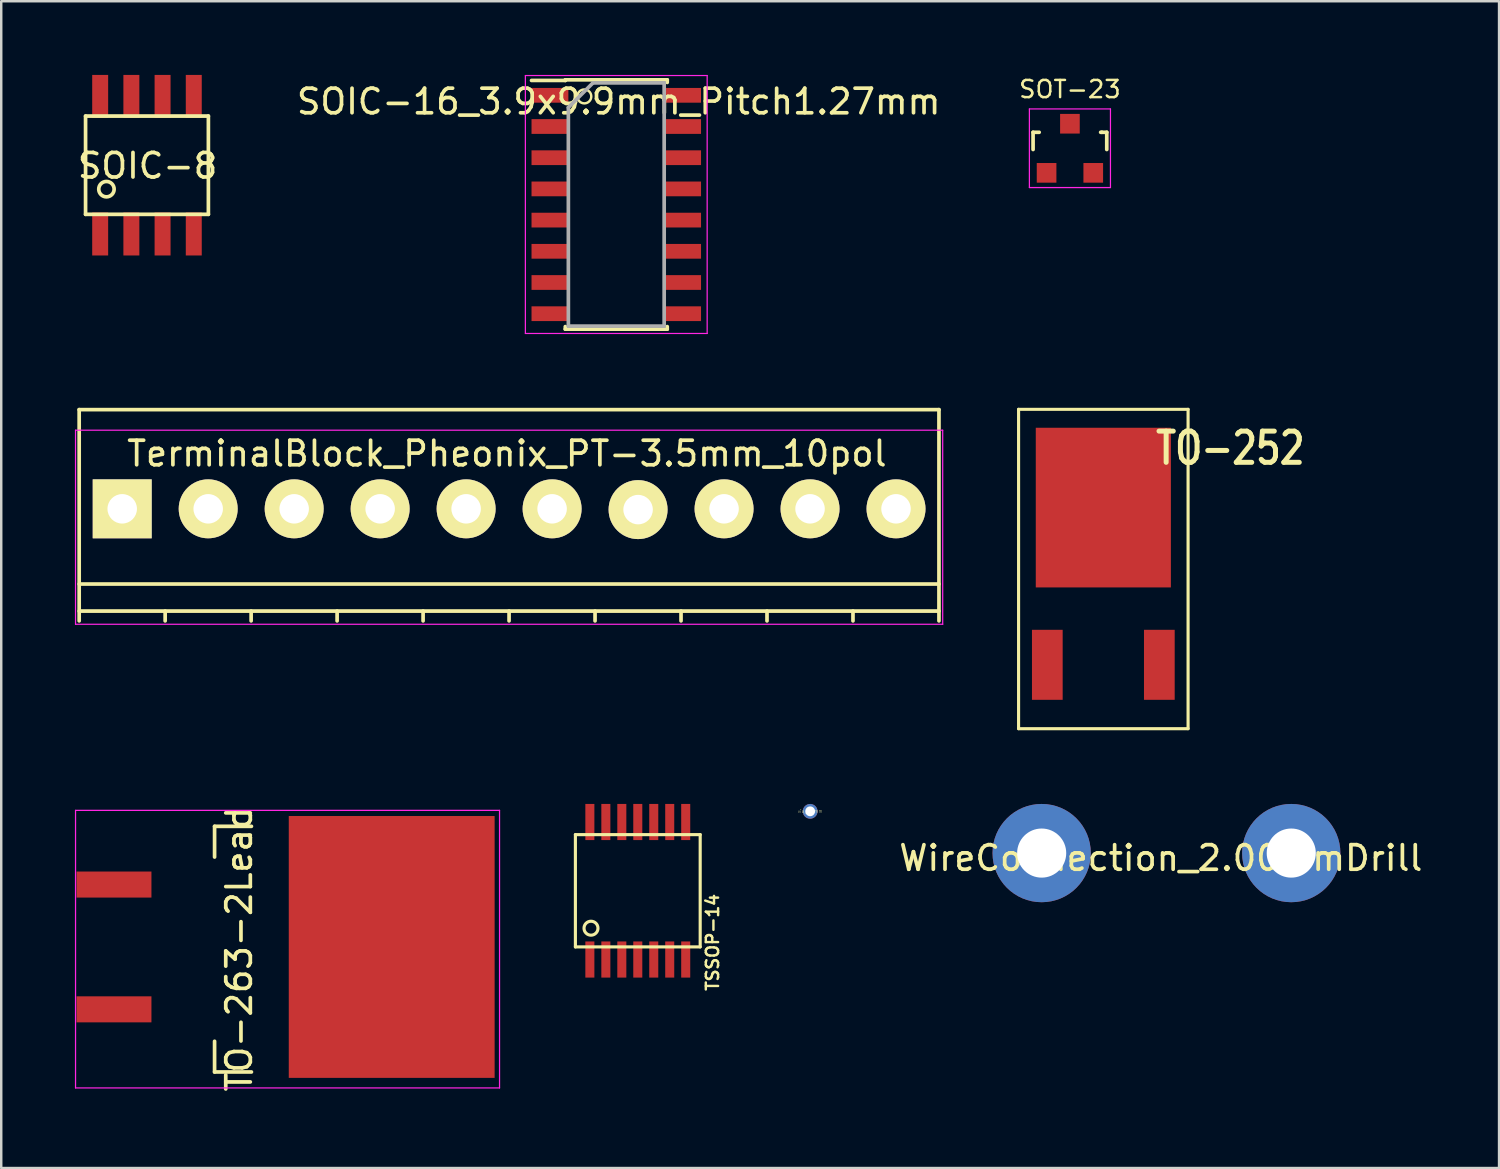
<source format=kicad_pcb>
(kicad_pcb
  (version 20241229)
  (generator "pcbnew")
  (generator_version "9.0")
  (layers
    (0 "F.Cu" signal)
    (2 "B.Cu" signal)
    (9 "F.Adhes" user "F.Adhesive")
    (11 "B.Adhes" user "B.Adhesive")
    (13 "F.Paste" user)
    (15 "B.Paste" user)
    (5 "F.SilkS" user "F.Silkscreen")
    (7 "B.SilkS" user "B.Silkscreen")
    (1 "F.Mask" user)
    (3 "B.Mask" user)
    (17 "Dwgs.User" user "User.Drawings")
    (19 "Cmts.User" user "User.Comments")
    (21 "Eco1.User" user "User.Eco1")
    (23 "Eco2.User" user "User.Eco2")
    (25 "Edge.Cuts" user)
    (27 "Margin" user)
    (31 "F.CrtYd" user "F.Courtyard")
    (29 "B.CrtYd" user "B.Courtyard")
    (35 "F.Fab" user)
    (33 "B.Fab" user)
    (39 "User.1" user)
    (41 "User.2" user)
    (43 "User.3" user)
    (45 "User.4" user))
  (footprint "TO-263-2Lead"
    (layer "F.Cu")
    (at 8.575 35.498)
    (property "Reference" "TO-263-2Lead" (at -1.89 0.09 90) (layer "F.SilkS") (effects (font (size 1 1) (thickness 0.15))))
    (attr smd)
    (fp_line (start -2.89 -4.91) (end -2.89 -3.66) (stroke (width 0.15) (type solid)) (layer "F.SilkS"))
    (fp_line (start -2.89 -4.91) (end -1.39 -4.91) (stroke (width 0.15) (type solid)) (layer "F.SilkS"))
    (fp_line (start -2.89 5.09) (end -2.89 3.84) (stroke (width 0.15) (type solid)) (layer "F.SilkS"))
    (fp_line (start -2.89 5.09) (end -1.39 5.09) (stroke (width 0.15) (type solid)) (layer "F.SilkS"))
    (fp_line (start -8.55 -5.56) (end -8.55 5.74) (stroke (width 0.05) (type solid)) (layer "F.CrtYd"))
    (fp_line (start 8.71 -5.56) (end -8.55 -5.56) (stroke (width 0.05) (type solid)) (layer "F.CrtYd"))
    (fp_line (start 8.71 -5.56) (end 8.71 5.74) (stroke (width 0.05) (type solid)) (layer "F.CrtYd"))
    (fp_line (start 8.71 5.74) (end -8.55 5.74) (stroke (width 0.05) (type solid)) (layer "F.CrtYd"))
    (pad "1" smd rect (at -6.985 -2.54) (size 3.05 1.06) (layers "F.Cu" "F.Mask" "F.Paste"))
    (pad "3" smd rect (at -6.985 2.54) (size 3.05 1.06) (layers "F.Cu" "F.Mask" "F.Paste"))
    (pad "4" smd rect (at 4.32 0) (size 8.38 10.66) (layers "F.Cu" "F.Mask" "F.Paste")))
  (footprint "TO-252"
    (layer "F.Cu")
    (at 41.864 19.613)
    (property "Reference" "TO-252" (at 5.17 -4.42 0) (layer "F.SilkS") (effects (font (size 1.27 1.016) (thickness 0.203))))
    (attr smd)
    (fp_line (start -3.45 -6) (end -3.45 7) (stroke (width 0.127) (type solid)) (layer "F.SilkS"))
    (fp_line (start -3.45 -6) (end 3.45 -6) (stroke (width 0.127) (type solid)) (layer "F.SilkS"))
    (fp_line (start 3.45 -6) (end 3.45 7) (stroke (width 0.127) (type solid)) (layer "F.SilkS"))
    (fp_line (start 3.45 7) (end -3.45 7) (stroke (width 0.127) (type solid)) (layer "F.SilkS"))
    (pad "1" smd rect (at -2.28 4.4) (size 1.25 2.85) (layers "F.Cu" "F.Mask" "F.Paste"))
    (pad "2" smd rect (at 0 -2) (size 5.5 6.5) (layers "F.Cu" "F.Mask" "F.Paste"))
    (pad "3" smd rect (at 2.28 4.4) (size 1.25 2.85) (layers "F.Cu" "F.Mask" "F.Paste")))
  (footprint "TSSOP-14"
    (layer "F.Cu")
    (at 22.913 33.211)
    (property "Reference" "TSSOP-14" (at 3.043 2.101 90) (layer "F.SilkS") (effects (font (size 0.5 0.5) (thickness 0.099))))
    (attr smd)
    (fp_line (start -2.54 -2.286) (end -2.54 2.286) (stroke (width 0.127) (type solid)) (layer "F.SilkS"))
    (fp_line (start -2.54 2.286) (end 2.54 2.286) (stroke (width 0.127) (type solid)) (layer "F.SilkS"))
    (fp_line (start 2.54 -2.286) (end -2.54 -2.286) (stroke (width 0.127) (type solid)) (layer "F.SilkS"))
    (fp_line (start 2.54 2.286) (end 2.54 -2.286) (stroke (width 0.127) (type solid)) (layer "F.SilkS"))
    (fp_circle (center -1.905 1.524) (end -2.032 1.778) (stroke (width 0.127) (type solid)) (fill no) (layer "F.SilkS"))
    (pad "1" smd rect (at -1.951 2.799) (size 0.368 1.471) (layers "F.Cu" "F.Mask" "F.Paste"))
    (pad "2" smd rect (at -1.3 2.799) (size 0.368 1.471) (layers "F.Cu" "F.Mask" "F.Paste"))
    (pad "3" smd rect (at -0.65 2.799) (size 0.368 1.471) (layers "F.Cu" "F.Mask" "F.Paste"))
    (pad "4" smd rect (at 0 2.799) (size 0.368 1.471) (layers "F.Cu" "F.Mask" "F.Paste"))
    (pad "5" smd rect (at 0.65 2.799) (size 0.368 1.471) (layers "F.Cu" "F.Mask" "F.Paste"))
    (pad "6" smd rect (at 1.3 2.799) (size 0.368 1.471) (layers "F.Cu" "F.Mask" "F.Paste"))
    (pad "7" smd rect (at 1.951 2.799) (size 0.368 1.471) (layers "F.Cu" "F.Mask" "F.Paste"))
    (pad "8" smd rect (at 1.951 -2.799) (size 0.368 1.471) (layers "F.Cu" "F.Mask" "F.Paste"))
    (pad "9" smd rect (at 1.3 -2.799) (size 0.368 1.471) (layers "F.Cu" "F.Mask" "F.Paste"))
    (pad "10" smd rect (at 0.65 -2.799) (size 0.368 1.471) (layers "F.Cu" "F.Mask" "F.Paste"))
    (pad "11" smd rect (at 0 -2.799) (size 0.368 1.471) (layers "F.Cu" "F.Mask" "F.Paste"))
    (pad "12" smd rect (at -0.65 -2.799) (size 0.368 1.471) (layers "F.Cu" "F.Mask" "F.Paste"))
    (pad "13" smd rect (at -1.3 -2.799) (size 0.368 1.471) (layers "F.Cu" "F.Mask" "F.Paste"))
    (pad "14" smd rect (at -1.951 -2.799) (size 0.368 1.471) (layers "F.Cu" "F.Mask" "F.Paste")))
  (footprint "via_0.6mm"
    (layer "F.Cu")
    (at 29.93 29.977)
    (property "Reference" "via_0.6mm" (at 0 0 0) (layer "F.SilkS") (effects (font (size 0.127 0.127) (thickness 0.01))))
    (attr through_hole)
    (pad "1" thru_hole circle (at 0 0) (size 0.6 0.6) (drill 0.399) (layers "*.Cu")))
  (footprint "TerminalBlock_Pheonix_PT-3.5mm_10pol"
    (layer "F.Cu")
    (at 1.925 17.663)
    (property "Reference" "TerminalBlock_Pheonix_PT-3.5mm_10pol" (at 15.659 -2.248 0) (layer "F.SilkS") (effects (font (size 1 1) (thickness 0.15))))
    (attr through_hole)
    (fp_line (start -1.752 -4.038) (end -1.752 4.562) (stroke (width 0.15) (type solid)) (layer "F.SilkS"))
    (fp_line (start -1.752 3.062) (end 33.248 3.062) (stroke (width 0.15) (type solid)) (layer "F.SilkS"))
    (fp_line (start -1.752 4.162) (end 33.248 4.162) (stroke (width 0.15) (type solid)) (layer "F.SilkS"))
    (fp_line (start 1.748 4.162) (end 1.748 4.562) (stroke (width 0.15) (type solid)) (layer "F.SilkS"))
    (fp_line (start 5.248 4.162) (end 5.248 4.562) (stroke (width 0.15) (type solid)) (layer "F.SilkS"))
    (fp_line (start 8.748 4.162) (end 8.748 4.562) (stroke (width 0.15) (type solid)) (layer "F.SilkS"))
    (fp_line (start 12.248 4.162) (end 12.248 4.562) (stroke (width 0.15) (type solid)) (layer "F.SilkS"))
    (fp_line (start 15.748 4.162) (end 15.748 4.562) (stroke (width 0.15) (type solid)) (layer "F.SilkS"))
    (fp_line (start 19.248 4.162) (end 19.248 4.562) (stroke (width 0.15) (type solid)) (layer "F.SilkS"))
    (fp_line (start 22.748 4.162) (end 22.748 4.562) (stroke (width 0.15) (type solid)) (layer "F.SilkS"))
    (fp_line (start 26.248 4.162) (end 26.248 4.562) (stroke (width 0.15) (type solid)) (layer "F.SilkS"))
    (fp_line (start 29.748 4.162) (end 29.748 4.562) (stroke (width 0.15) (type solid)) (layer "F.SilkS"))
    (fp_line (start 33.248 -4.038) (end -1.752 -4.038) (stroke (width 0.15) (type solid)) (layer "F.SilkS"))
    (fp_line (start 33.248 4.562) (end 33.248 -4.038) (stroke (width 0.15) (type solid)) (layer "F.SilkS"))
    (fp_line (start -1.9 -3.2) (end 33.4 -3.2) (stroke (width 0.05) (type solid)) (layer "F.CrtYd"))
    (fp_line (start -1.9 4.7) (end -1.9 -3.2) (stroke (width 0.05) (type solid)) (layer "F.CrtYd"))
    (fp_line (start 33.4 -3.2) (end 33.4 4.7) (stroke (width 0.05) (type solid)) (layer "F.CrtYd"))
    (fp_line (start 33.4 4.7) (end -1.9 4.7) (stroke (width 0.05) (type solid)) (layer "F.CrtYd"))
    (pad "1" thru_hole rect (at 0 0 180) (size 2.4 2.4) (drill 1.2) (layers "*.Cu" "*.Mask" "F.SilkS"))
    (pad "2" thru_hole circle (at 3.5 0 180) (size 2.4 2.4) (drill 1.2) (layers "*.Cu" "*.Mask" "F.SilkS"))
    (pad "3" thru_hole circle (at 7 0 180) (size 2.4 2.4) (drill 1.2) (layers "*.Cu" "*.Mask" "F.SilkS"))
    (pad "4" thru_hole circle (at 10.5 0 180) (size 2.4 2.4) (drill 1.2) (layers "*.Cu" "*.Mask" "F.SilkS"))
    (pad "5" thru_hole circle (at 14 0 180) (size 2.4 2.4) (drill 1.2) (layers "*.Cu" "*.Mask" "F.SilkS"))
    (pad "6" thru_hole circle (at 17.5 0 180) (size 2.4 2.4) (drill 1.2) (layers "*.Cu" "*.Mask" "F.SilkS"))
    (pad "7" thru_hole circle (at 21 0.032 180) (size 2.4 2.4) (drill 1.2) (layers "*.Cu" "*.Mask" "F.SilkS"))
    (pad "8" thru_hole circle (at 24.5 0 180) (size 2.4 2.4) (drill 1.2) (layers "*.Cu" "*.Mask" "F.SilkS"))
    (pad "9" thru_hole circle (at 28 0 180) (size 2.4 2.4) (drill 1.2) (layers "*.Cu" "*.Mask" "F.SilkS"))
    (pad "10" thru_hole circle (at 31.5 0 180) (size 2.4 2.4) (drill 1.2) (layers "*.Cu" "*.Mask" "F.SilkS")))
  (footprint "WireConnection_2.00mmDrill"
    (layer "F.Cu")
    (at 39.354 31.677)
    (property "Reference" "WireConnection_2.00mmDrill" (at 4.851 0.203 0) (layer "F.SilkS") (effects (font (size 1 1) (thickness 0.15))))
    (attr through_hole)
    (pad "1" thru_hole circle (at 0 0) (size 4 4) (drill 1.999) (layers "*.Cu" "*.Mask"))
    (pad "2" thru_hole circle (at 10.16 0) (size 4 4) (drill 1.999) (layers "*.Cu" "*.Mask")))
  (footprint "SOIC-16_3.9x9.9mm_Pitch1.27mm"
    (layer "F.Cu")
    (at 22.037 5.275)
    (property "Reference" "SOIC-16_3.9x9.9mm_Pitch1.27mm" (at 0.1 -4.19 0) (layer "F.SilkS") (effects (font (size 1 1) (thickness 0.15))))
    (attr smd)
    (fp_line (start -2.075 -5.075) (end -2.075 -5.05) (stroke (width 0.15) (type solid)) (layer "F.SilkS"))
    (fp_line (start -2.075 -5.075) (end 2.075 -5.075) (stroke (width 0.15) (type solid)) (layer "F.SilkS"))
    (fp_line (start -2.075 -5.05) (end -3.45 -5.05) (stroke (width 0.15) (type solid)) (layer "F.SilkS"))
    (fp_line (start -2.075 5.075) (end -2.075 4.97) (stroke (width 0.15) (type solid)) (layer "F.SilkS"))
    (fp_line (start -2.075 5.075) (end 2.075 5.075) (stroke (width 0.15) (type solid)) (layer "F.SilkS"))
    (fp_line (start 2.075 -5.075) (end 2.075 -4.97) (stroke (width 0.15) (type solid)) (layer "F.SilkS"))
    (fp_line (start 2.075 5.075) (end 2.075 4.97) (stroke (width 0.15) (type solid)) (layer "F.SilkS"))
    (fp_circle (center -1.3 -4.4) (end -1.1 -4.2) (stroke (width 0.1) (type solid)) (fill no) (layer "F.SilkS"))
    (fp_line (start -3.7 -5.25) (end -3.7 5.25) (stroke (width 0.05) (type solid)) (layer "F.CrtYd"))
    (fp_line (start -3.7 -5.25) (end 3.7 -5.25) (stroke (width 0.05) (type solid)) (layer "F.CrtYd"))
    (fp_line (start -3.7 5.25) (end 3.7 5.25) (stroke (width 0.05) (type solid)) (layer "F.CrtYd"))
    (fp_line (start 3.7 -5.25) (end 3.7 5.25) (stroke (width 0.05) (type solid)) (layer "F.CrtYd"))
    (fp_line (start -1.95 -3.95) (end -0.95 -4.95) (stroke (width 0.15) (type solid)) (layer "F.Fab"))
    (fp_line (start -1.95 4.95) (end -1.95 -3.95) (stroke (width 0.15) (type solid)) (layer "F.Fab"))
    (fp_line (start -0.95 -4.95) (end 1.95 -4.95) (stroke (width 0.15) (type solid)) (layer "F.Fab"))
    (fp_line (start 1.95 -4.95) (end 1.95 4.95) (stroke (width 0.15) (type solid)) (layer "F.Fab"))
    (fp_line (start 1.95 4.95) (end -1.95 4.95) (stroke (width 0.15) (type solid)) (layer "F.Fab"))
    (pad "1" smd rect (at -2.7 -4.445) (size 1.5 0.6) (layers "F.Cu" "F.Mask" "F.Paste"))
    (pad "2" smd rect (at -2.7 -3.175) (size 1.5 0.6) (layers "F.Cu" "F.Mask" "F.Paste"))
    (pad "3" smd rect (at -2.7 -1.905) (size 1.5 0.6) (layers "F.Cu" "F.Mask" "F.Paste"))
    (pad "4" smd rect (at -2.7 -0.635) (size 1.5 0.6) (layers "F.Cu" "F.Mask" "F.Paste"))
    (pad "5" smd rect (at -2.7 0.635) (size 1.5 0.6) (layers "F.Cu" "F.Mask" "F.Paste"))
    (pad "6" smd rect (at -2.7 1.905) (size 1.5 0.6) (layers "F.Cu" "F.Mask" "F.Paste"))
    (pad "7" smd rect (at -2.7 3.175) (size 1.5 0.6) (layers "F.Cu" "F.Mask" "F.Paste"))
    (pad "8" smd rect (at -2.7 4.445) (size 1.5 0.6) (layers "F.Cu" "F.Mask" "F.Paste"))
    (pad "9" smd rect (at 2.7 4.445) (size 1.5 0.6) (layers "F.Cu" "F.Mask" "F.Paste"))
    (pad "10" smd rect (at 2.7 3.175) (size 1.5 0.6) (layers "F.Cu" "F.Mask" "F.Paste"))
    (pad "11" smd rect (at 2.7 1.905) (size 1.5 0.6) (layers "F.Cu" "F.Mask" "F.Paste"))
    (pad "12" smd rect (at 2.7 0.635) (size 1.5 0.6) (layers "F.Cu" "F.Mask" "F.Paste"))
    (pad "13" smd rect (at 2.7 -0.635) (size 1.5 0.6) (layers "F.Cu" "F.Mask" "F.Paste"))
    (pad "14" smd rect (at 2.7 -1.905) (size 1.5 0.6) (layers "F.Cu" "F.Mask" "F.Paste"))
    (pad "15" smd rect (at 2.7 -3.175) (size 1.5 0.6) (layers "F.Cu" "F.Mask" "F.Paste"))
    (pad "16" smd rect (at 2.7 -4.445) (size 1.5 0.6) (layers "F.Cu" "F.Mask" "F.Paste")))
  (footprint "SOIC-8"
    (layer "F.Cu")
    (at 2.933 3.675)
    (property "Reference" "SOIC-8" (at 0.025 0.025 180) (layer "F.SilkS") (effects (font (size 1 1) (thickness 0.15))))
    (attr through_hole)
    (fp_line (start -2.5 -2) (end -2.5 2) (stroke (width 0.15) (type solid)) (layer "F.SilkS"))
    (fp_line (start -2.5 2) (end 2.5 2) (stroke (width 0.15) (type solid)) (layer "F.SilkS"))
    (fp_line (start 2.5 -2) (end -2.5 -2) (stroke (width 0.15) (type solid)) (layer "F.SilkS"))
    (fp_line (start 2.5 2) (end 2.5 -2) (stroke (width 0.15) (type solid)) (layer "F.SilkS"))
    (fp_circle (center -1.65 0.975) (end -1.375 1.125) (stroke (width 0.15) (type solid)) (fill no) (layer "F.SilkS"))
    (pad "1" smd rect (at -1.905 2.8) (size 0.65 1.75) (layers "F.Cu" "F.Mask" "F.Paste"))
    (pad "2" smd rect (at -0.635 2.8) (size 0.65 1.75) (layers "F.Cu" "F.Mask" "F.Paste"))
    (pad "3" smd rect (at 0.635 2.8) (size 0.65 1.75) (layers "F.Cu" "F.Mask" "F.Paste"))
    (pad "4" smd rect (at 1.905 2.8) (size 0.65 1.75) (layers "F.Cu" "F.Mask" "F.Paste"))
    (pad "5" smd rect (at 1.905 -2.8) (size 0.65 1.75) (layers "F.Cu" "F.Mask" "F.Paste"))
    (pad "6" smd rect (at 0.635 -2.8) (size 0.65 1.75) (layers "F.Cu" "F.Mask" "F.Paste"))
    (pad "7" smd rect (at -0.635 -2.8) (size 0.65 1.75) (layers "F.Cu" "F.Mask" "F.Paste"))
    (pad "8" smd rect (at -1.905 -2.8) (size 0.65 1.75) (layers "F.Cu" "F.Mask" "F.Paste")))
  (footprint "SOT-23"
    (layer "F.Cu")
    (at 40.504 2.985)
    (property "Reference" "SOT-23" (at 0 -2.4 0) (layer "F.SilkS") (effects (font (size 0.7 0.7) (thickness 0.1))))
    (attr smd)
    (fp_line (start -1.5 -0.65) (end -1.251 -0.65) (stroke (width 0.15) (type solid)) (layer "F.SilkS"))
    (fp_line (start -1.5 0.051) (end -1.5 -0.65) (stroke (width 0.15) (type solid)) (layer "F.SilkS"))
    (fp_line (start 1.299 -0.65) (end 1.251 -0.65) (stroke (width 0.15) (type solid)) (layer "F.SilkS"))
    (fp_line (start 1.299 -0.65) (end 1.5 -0.65) (stroke (width 0.15) (type solid)) (layer "F.SilkS"))
    (fp_line (start 1.5 -0.65) (end 1.5 0.051) (stroke (width 0.15) (type solid)) (layer "F.SilkS"))
    (fp_line (start -1.65 -1.6) (end 1.65 -1.6) (stroke (width 0.05) (type solid)) (layer "F.CrtYd"))
    (fp_line (start -1.65 1.6) (end -1.65 -1.6) (stroke (width 0.05) (type solid)) (layer "F.CrtYd"))
    (fp_line (start 1.65 -1.6) (end 1.65 1.6) (stroke (width 0.05) (type solid)) (layer "F.CrtYd"))
    (fp_line (start 1.65 1.6) (end -1.65 1.6) (stroke (width 0.05) (type solid)) (layer "F.CrtYd"))
    (pad "1" smd rect (at -0.95 1.001) (size 0.8 0.8) (layers "F.Cu" "F.Mask"))
    (pad "2" smd rect (at 0.95 1.001) (size 0.8 0.8) (layers "F.Cu" "F.Mask"))
    (pad "3" smd rect (at 0 -0.998) (size 0.8 0.8) (layers "F.Cu" "F.Mask")))
  (gr_rect
    (start -3 -3)
    (end 57.973 44.498)
    (stroke (width 0.1) (type default))
    (fill no)
    (layer "Edge.Cuts")))
</source>
